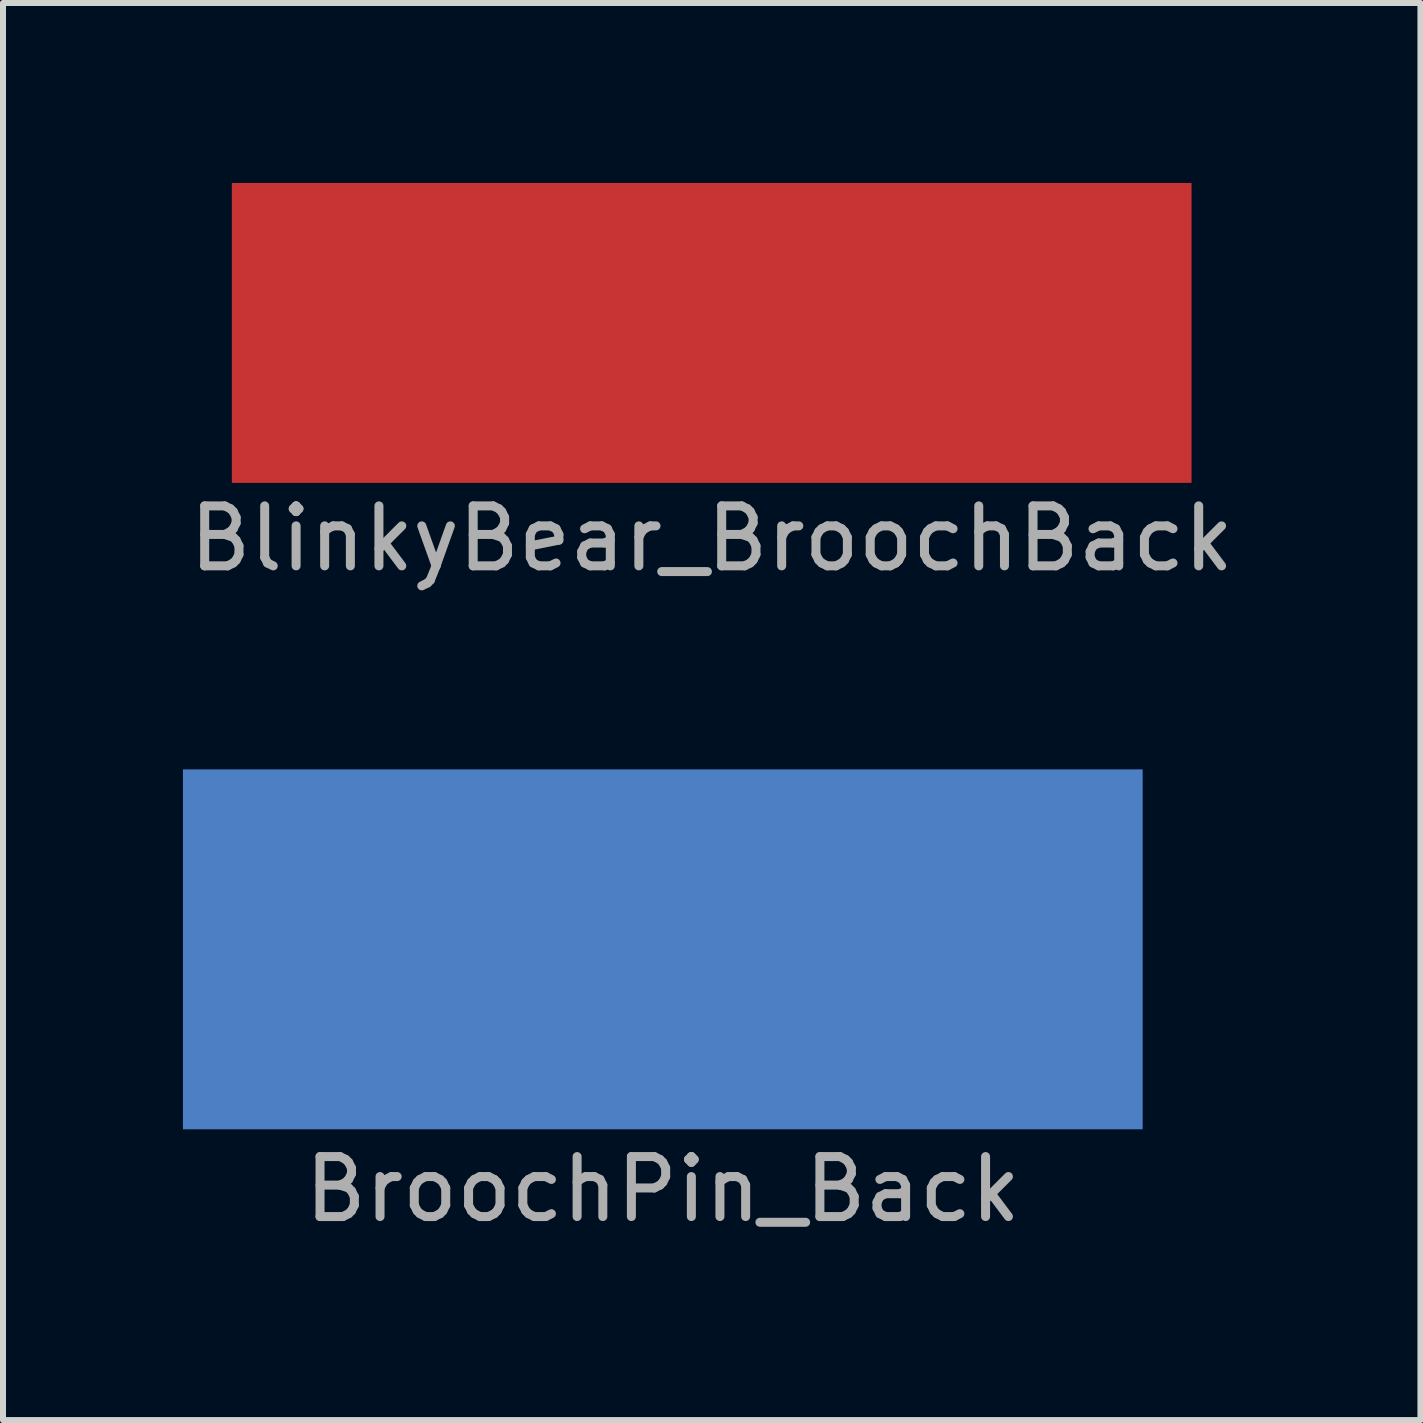
<source format=kicad_pcb>
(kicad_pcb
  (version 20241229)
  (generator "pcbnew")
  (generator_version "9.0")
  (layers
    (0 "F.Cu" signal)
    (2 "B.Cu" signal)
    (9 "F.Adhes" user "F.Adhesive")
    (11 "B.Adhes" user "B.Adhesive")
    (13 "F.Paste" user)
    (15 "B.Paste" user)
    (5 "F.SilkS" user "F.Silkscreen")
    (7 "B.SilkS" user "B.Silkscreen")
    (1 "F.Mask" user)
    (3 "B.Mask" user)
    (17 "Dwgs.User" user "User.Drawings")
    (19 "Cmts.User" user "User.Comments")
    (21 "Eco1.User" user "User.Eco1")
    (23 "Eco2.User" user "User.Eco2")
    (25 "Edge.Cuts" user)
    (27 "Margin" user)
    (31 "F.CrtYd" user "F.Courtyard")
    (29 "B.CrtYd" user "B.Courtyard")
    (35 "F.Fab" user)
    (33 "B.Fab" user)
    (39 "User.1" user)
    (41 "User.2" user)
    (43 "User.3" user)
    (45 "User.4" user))
  (footprint "BroochPin_Back"
    (layer "F.Cu")
    (at 8 12.777)
    (property "Reference" "BroochPin_Back" (at 0 4 0) (layer "F.Fab") (effects (font (size 1 1) (thickness 0.15))))
    (attr through_hole)
    (pad "1" smd rect (at 0 0) (size 16 6) (layers "B.Cu" "B.Mask" "B.Paste")))
  (footprint "BlinkyBear_BroochBack"
    (layer "F.Cu")
    (at 8.815 2.5)
    (property "Reference" "BlinkyBear_BroochBack" (at 0 3.429 0) (layer "F.Fab") (effects (font (size 1 1) (thickness 0.15))))
    (attr through_hole)
    (pad "1" smd rect (at 0 0) (size 16 5) (layers "F.Cu" "F.Mask" "F.Paste")))
  (gr_rect
    (start -3 -3)
    (end 20.631 20.625)
    (stroke (width 0.1) (type default))
    (fill no)
    (layer "Edge.Cuts")))
</source>
